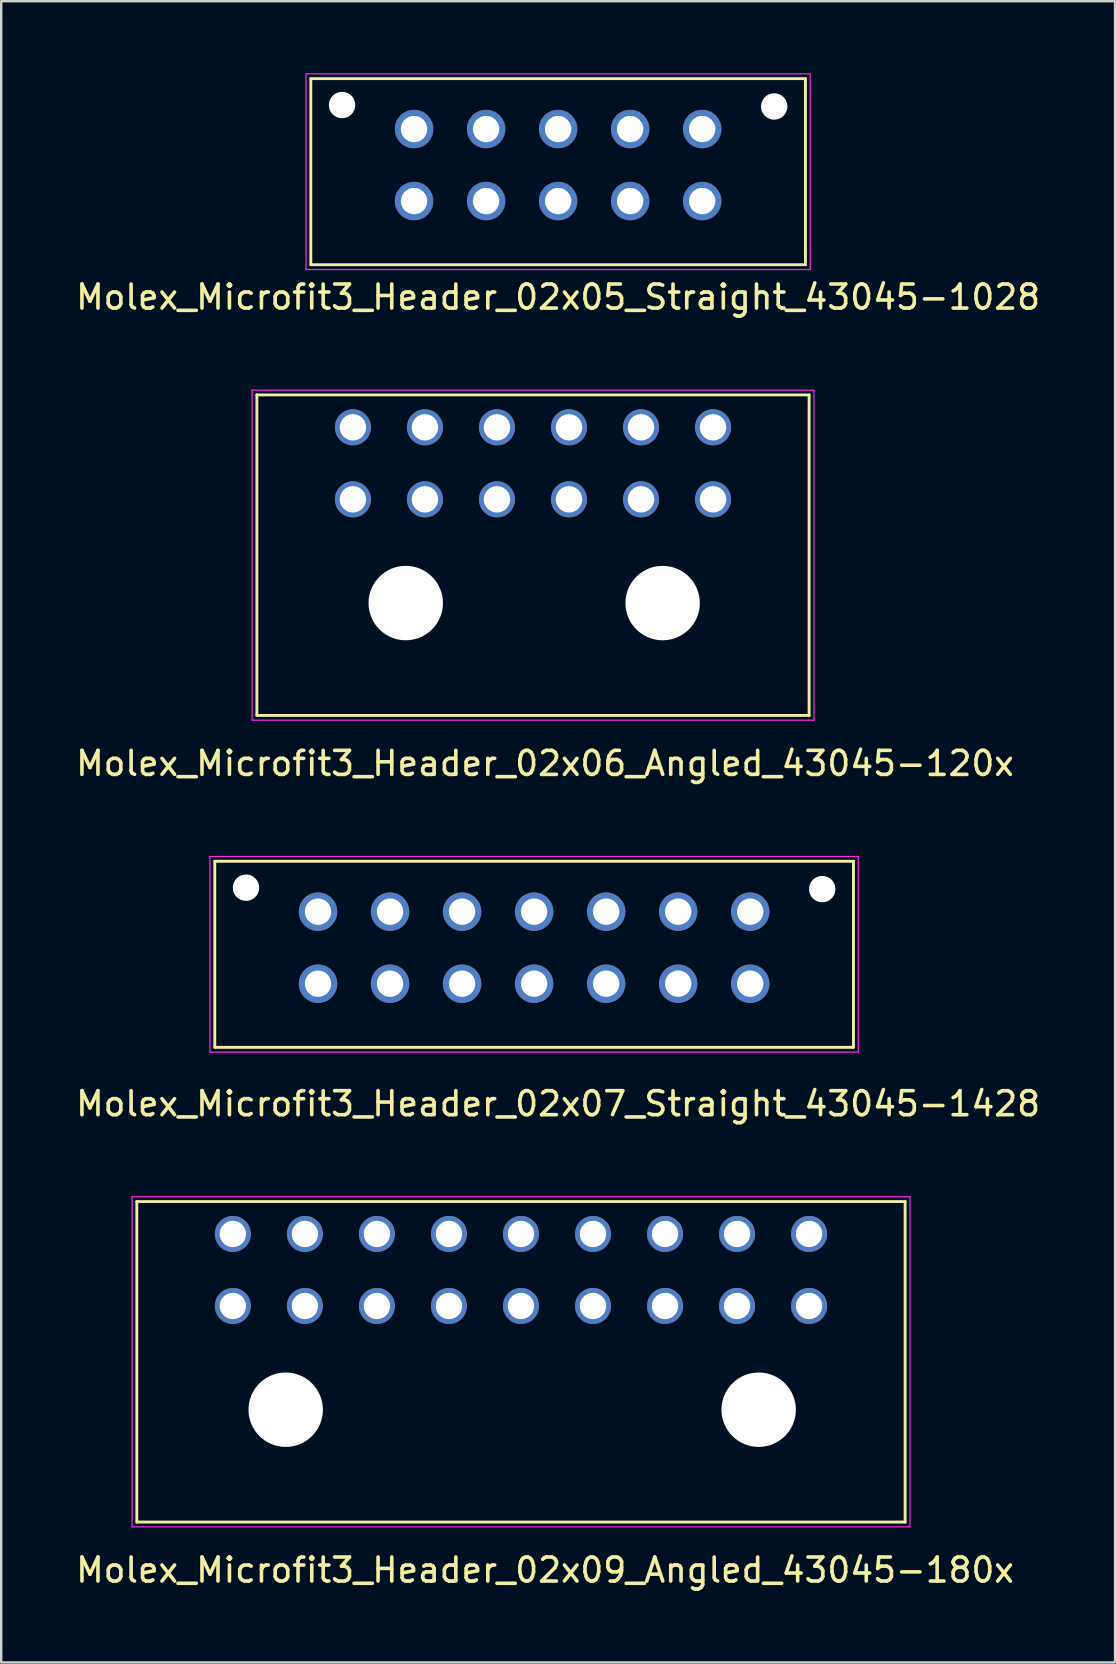
<source format=kicad_pcb>
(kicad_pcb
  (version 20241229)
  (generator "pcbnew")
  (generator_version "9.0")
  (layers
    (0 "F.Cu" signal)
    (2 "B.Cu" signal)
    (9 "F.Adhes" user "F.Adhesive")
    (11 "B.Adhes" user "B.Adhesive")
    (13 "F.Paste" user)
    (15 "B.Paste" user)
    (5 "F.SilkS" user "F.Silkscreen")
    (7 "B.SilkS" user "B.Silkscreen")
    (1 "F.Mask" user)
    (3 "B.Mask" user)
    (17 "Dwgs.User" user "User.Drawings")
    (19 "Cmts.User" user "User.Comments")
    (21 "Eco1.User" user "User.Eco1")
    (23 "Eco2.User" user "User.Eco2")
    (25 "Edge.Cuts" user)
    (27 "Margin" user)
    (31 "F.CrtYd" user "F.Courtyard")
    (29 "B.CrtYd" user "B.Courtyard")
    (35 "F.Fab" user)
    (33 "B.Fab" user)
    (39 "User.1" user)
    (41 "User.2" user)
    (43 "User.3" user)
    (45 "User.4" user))
  (footprint "Molex_Microfit3_Header_02x05_Straight_43045-1028"
    (layer "F.Cu")
    (at 26.196 5.325)
    (property "Reference" "Molex_Microfit3_Header_02x05_Straight_43045-1028" (at -6 4 0) (layer "F.SilkS") (effects (font (size 1 1) (thickness 0.15))))
    (attr through_hole)
    (fp_line (start -16.3 2.65) (end -16.3 -5.1) (stroke (width 0.12) (type solid)) (layer "F.SilkS"))
    (fp_line (start 4.3 -5.1) (end -16.3 -5.1) (stroke (width 0.12) (type solid)) (layer "F.SilkS"))
    (fp_line (start 4.3 2.65) (end -16.3 2.65) (stroke (width 0.12) (type solid)) (layer "F.SilkS"))
    (fp_line (start 4.3 2.65) (end 4.3 -5.1) (stroke (width 0.12) (type solid)) (layer "F.SilkS"))
    (fp_line (start -16.5 2.85) (end -16.5 -5.3) (stroke (width 0.05) (type solid)) (layer "F.CrtYd"))
    (fp_line (start 4.5 -5.3) (end -16.5 -5.3) (stroke (width 0.05) (type solid)) (layer "F.CrtYd"))
    (fp_line (start 4.5 2.85) (end -16.5 2.85) (stroke (width 0.05) (type solid)) (layer "F.CrtYd"))
    (fp_line (start 4.5 2.85) (end 4.5 -5.3) (stroke (width 0.05) (type solid)) (layer "F.CrtYd"))
    (pad "" np_thru_hole circle (at -15 -4) (size 1.1 1.1) (drill 1.1) (layers "*.Cu" "*.Mask"))
    (pad "" np_thru_hole circle (at 3 -3.94) (size 1.1 1.1) (drill 1.1) (layers "*.Cu" "*.Mask"))
    (pad "1" thru_hole circle (at 0 0) (size 1.6 1.6) (drill 1.1) (layers "*.Cu" "*.Mask"))
    (pad "2" thru_hole circle (at -3 0) (size 1.6 1.6) (drill 1.1) (layers "*.Cu" "*.Mask"))
    (pad "3" thru_hole circle (at -6 0) (size 1.6 1.6) (drill 1.1) (layers "*.Cu" "*.Mask"))
    (pad "4" thru_hole circle (at -9 0) (size 1.6 1.6) (drill 1.1) (layers "*.Cu" "*.Mask"))
    (pad "5" thru_hole circle (at -12 0) (size 1.6 1.6) (drill 1.1) (layers "*.Cu" "*.Mask"))
    (pad "6" thru_hole circle (at 0 -3) (size 1.6 1.6) (drill 1.1) (layers "*.Cu" "*.Mask"))
    (pad "7" thru_hole circle (at -3 -3) (size 1.6 1.6) (drill 1.1) (layers "*.Cu" "*.Mask"))
    (pad "8" thru_hole circle (at -6 -3) (size 1.6 1.6) (drill 1.1) (layers "*.Cu" "*.Mask"))
    (pad "9" thru_hole circle (at -9 -3) (size 1.6 1.6) (drill 1.1) (layers "*.Cu" "*.Mask"))
    (pad "10" thru_hole circle (at -12 -3) (size 1.6 1.6) (drill 1.1) (layers "*.Cu" "*.Mask")))
  (footprint "Molex_Microfit3_Header_02x09_Angled_43045-180x"
    (layer "F.Cu")
    (at 30.649 51.345)
    (property "Reference" "Molex_Microfit3_Header_02x09_Angled_43045-180x" (at -11 11 0) (layer "F.SilkS") (effects (font (size 1 1) (thickness 0.15))))
    (attr through_hole)
    (fp_line (start -28 -4.35) (end 4 -4.35) (stroke (width 0.12) (type solid)) (layer "F.SilkS"))
    (fp_line (start -28 9) (end -28 -4.35) (stroke (width 0.12) (type solid)) (layer "F.SilkS"))
    (fp_line (start 4 -4.35) (end 4 9) (stroke (width 0.12) (type solid)) (layer "F.SilkS"))
    (fp_line (start 4 9) (end -28 9) (stroke (width 0.12) (type solid)) (layer "F.SilkS"))
    (fp_line (start -28.2 -4.55) (end -28.2 9.2) (stroke (width 0.05) (type solid)) (layer "F.CrtYd"))
    (fp_line (start -28.2 9.2) (end 4.2 9.2) (stroke (width 0.05) (type solid)) (layer "F.CrtYd"))
    (fp_line (start 4.2 -4.55) (end -28.2 -4.55) (stroke (width 0.05) (type solid)) (layer "F.CrtYd"))
    (fp_line (start 4.2 9.2) (end 4.2 -4.55) (stroke (width 0.05) (type solid)) (layer "F.CrtYd"))
    (pad "" np_thru_hole circle (at -21.8 4.32) (size 3.1 3.1) (drill 3.1) (layers "*.Cu" "*.Mask"))
    (pad "" np_thru_hole circle (at -2.1 4.32) (size 3.1 3.1) (drill 3.1) (layers "*.Cu" "*.Mask"))
    (pad "1" thru_hole circle (at 0 0) (size 1.5 1.5) (drill 1.1) (layers "*.Cu" "*.Mask"))
    (pad "2" thru_hole circle (at -3 0) (size 1.5 1.5) (drill 1.1) (layers "*.Cu" "*.Mask"))
    (pad "3" thru_hole circle (at -6 0) (size 1.5 1.5) (drill 1.1) (layers "*.Cu" "*.Mask"))
    (pad "4" thru_hole circle (at -9 0) (size 1.5 1.5) (drill 1.1) (layers "*.Cu" "*.Mask"))
    (pad "5" thru_hole circle (at -12 0) (size 1.5 1.5) (drill 1.1) (layers "*.Cu" "*.Mask"))
    (pad "6" thru_hole circle (at -15 0) (size 1.5 1.5) (drill 1.1) (layers "*.Cu" "*.Mask"))
    (pad "7" thru_hole circle (at -18 0) (size 1.5 1.5) (drill 1.1) (layers "*.Cu" "*.Mask"))
    (pad "8" thru_hole circle (at -21 0) (size 1.5 1.5) (drill 1.1) (layers "*.Cu" "*.Mask"))
    (pad "9" thru_hole circle (at -24 0) (size 1.5 1.5) (drill 1.1) (layers "*.Cu" "*.Mask"))
    (pad "10" thru_hole circle (at 0 -3) (size 1.5 1.5) (drill 1.1) (layers "*.Cu" "*.Mask"))
    (pad "11" thru_hole circle (at -3 -3) (size 1.5 1.5) (drill 1.1) (layers "*.Cu" "*.Mask"))
    (pad "12" thru_hole circle (at -6 -3) (size 1.5 1.5) (drill 1.1) (layers "*.Cu" "*.Mask"))
    (pad "13" thru_hole circle (at -9 -3) (size 1.5 1.5) (drill 1.1) (layers "*.Cu" "*.Mask"))
    (pad "14" thru_hole circle (at -12 -3) (size 1.5 1.5) (drill 1.1) (layers "*.Cu" "*.Mask"))
    (pad "15" thru_hole circle (at -15 -3) (size 1.5 1.5) (drill 1.1) (layers "*.Cu" "*.Mask"))
    (pad "16" thru_hole circle (at -18 -3) (size 1.5 1.5) (drill 1.1) (layers "*.Cu" "*.Mask"))
    (pad "17" thru_hole circle (at -21 -3) (size 1.5 1.5) (drill 1.1) (layers "*.Cu" "*.Mask"))
    (pad "18" thru_hole circle (at -24 -3) (size 1.5 1.5) (drill 1.1) (layers "*.Cu" "*.Mask")))
  (footprint "Molex_Microfit3_Header_02x07_Straight_43045-1428"
    (layer "F.Cu")
    (at 28.196 37.922)
    (property "Reference" "Molex_Microfit3_Header_02x07_Straight_43045-1428" (at -8 5 0) (layer "F.SilkS") (effects (font (size 1 1) (thickness 0.15))))
    (attr through_hole)
    (fp_line (start -22.3 2.65) (end -22.3 -5.1) (stroke (width 0.12) (type solid)) (layer "F.SilkS"))
    (fp_line (start 4.3 -5.1) (end -22.3 -5.1) (stroke (width 0.12) (type solid)) (layer "F.SilkS"))
    (fp_line (start 4.3 2.65) (end -22.3 2.65) (stroke (width 0.12) (type solid)) (layer "F.SilkS"))
    (fp_line (start 4.3 2.65) (end 4.3 -5.1) (stroke (width 0.12) (type solid)) (layer "F.SilkS"))
    (fp_line (start -22.5 2.85) (end -22.5 -5.3) (stroke (width 0.05) (type solid)) (layer "F.CrtYd"))
    (fp_line (start 4.5 -5.3) (end -22.5 -5.3) (stroke (width 0.05) (type solid)) (layer "F.CrtYd"))
    (fp_line (start 4.5 2.85) (end -22.5 2.85) (stroke (width 0.05) (type solid)) (layer "F.CrtYd"))
    (fp_line (start 4.5 2.85) (end 4.5 -5.3) (stroke (width 0.05) (type solid)) (layer "F.CrtYd"))
    (pad "" np_thru_hole circle (at -21 -4) (size 1.1 1.1) (drill 1.1) (layers "*.Cu" "*.Mask"))
    (pad "" np_thru_hole circle (at 3 -3.94) (size 1.1 1.1) (drill 1.1) (layers "*.Cu" "*.Mask"))
    (pad "1" thru_hole circle (at 0 0) (size 1.6 1.6) (drill 1.1) (layers "*.Cu" "*.Mask"))
    (pad "2" thru_hole circle (at -3 0) (size 1.6 1.6) (drill 1.1) (layers "*.Cu" "*.Mask"))
    (pad "3" thru_hole circle (at -6 0) (size 1.6 1.6) (drill 1.1) (layers "*.Cu" "*.Mask"))
    (pad "4" thru_hole circle (at -9 0) (size 1.6 1.6) (drill 1.1) (layers "*.Cu" "*.Mask"))
    (pad "5" thru_hole circle (at -12 0) (size 1.6 1.6) (drill 1.1) (layers "*.Cu" "*.Mask"))
    (pad "6" thru_hole circle (at -15 0) (size 1.6 1.6) (drill 1.1) (layers "*.Cu" "*.Mask"))
    (pad "7" thru_hole circle (at -18 0) (size 1.6 1.6) (drill 1.1) (layers "*.Cu" "*.Mask"))
    (pad "8" thru_hole circle (at 0 -3) (size 1.6 1.6) (drill 1.1) (layers "*.Cu" "*.Mask"))
    (pad "9" thru_hole circle (at -3 -3) (size 1.6 1.6) (drill 1.1) (layers "*.Cu" "*.Mask"))
    (pad "10" thru_hole circle (at -6 -3) (size 1.6 1.6) (drill 1.1) (layers "*.Cu" "*.Mask"))
    (pad "11" thru_hole circle (at -9 -3) (size 1.6 1.6) (drill 1.1) (layers "*.Cu" "*.Mask"))
    (pad "12" thru_hole circle (at -12 -3) (size 1.6 1.6) (drill 1.1) (layers "*.Cu" "*.Mask"))
    (pad "13" thru_hole circle (at -15 -3) (size 1.6 1.6) (drill 1.1) (layers "*.Cu" "*.Mask"))
    (pad "14" thru_hole circle (at -18 -3) (size 1.6 1.6) (drill 1.1) (layers "*.Cu" "*.Mask")))
  (footprint "Molex_Microfit3_Header_02x06_Angled_43045-120x"
    (layer "F.Cu")
    (at 26.649 17.748)
    (property "Reference" "Molex_Microfit3_Header_02x06_Angled_43045-120x" (at -7 11 0) (layer "F.SilkS") (effects (font (size 1 1) (thickness 0.15))))
    (attr through_hole)
    (fp_line (start -19 -4.35) (end 4 -4.35) (stroke (width 0.12) (type solid)) (layer "F.SilkS"))
    (fp_line (start -19 9) (end -19 -4.35) (stroke (width 0.12) (type solid)) (layer "F.SilkS"))
    (fp_line (start 4 -4.35) (end 4 9) (stroke (width 0.12) (type solid)) (layer "F.SilkS"))
    (fp_line (start 4 9) (end -19 9) (stroke (width 0.12) (type solid)) (layer "F.SilkS"))
    (fp_line (start -19.2 -4.55) (end -19.2 9.2) (stroke (width 0.05) (type solid)) (layer "F.CrtYd"))
    (fp_line (start -19.2 9.2) (end 4.2 9.2) (stroke (width 0.05) (type solid)) (layer "F.CrtYd"))
    (fp_line (start 4.2 -4.55) (end -19.2 -4.55) (stroke (width 0.05) (type solid)) (layer "F.CrtYd"))
    (fp_line (start 4.2 9.2) (end 4.2 -4.55) (stroke (width 0.05) (type solid)) (layer "F.CrtYd"))
    (pad "" np_thru_hole circle (at -12.8 4.32) (size 3.1 3.1) (drill 3.1) (layers "*.Cu" "*.Mask"))
    (pad "" np_thru_hole circle (at -2.1 4.32) (size 3.1 3.1) (drill 3.1) (layers "*.Cu" "*.Mask"))
    (pad "1" thru_hole circle (at 0 0) (size 1.5 1.5) (drill 1.1) (layers "*.Cu" "*.Mask"))
    (pad "2" thru_hole circle (at -3 0) (size 1.5 1.5) (drill 1.1) (layers "*.Cu" "*.Mask"))
    (pad "3" thru_hole circle (at -6 0) (size 1.5 1.5) (drill 1.1) (layers "*.Cu" "*.Mask"))
    (pad "4" thru_hole circle (at -9 0) (size 1.5 1.5) (drill 1.1) (layers "*.Cu" "*.Mask"))
    (pad "5" thru_hole circle (at -12 0) (size 1.5 1.5) (drill 1.1) (layers "*.Cu" "*.Mask"))
    (pad "6" thru_hole circle (at -15 0) (size 1.5 1.5) (drill 1.1) (layers "*.Cu" "*.Mask"))
    (pad "7" thru_hole circle (at 0 -3) (size 1.5 1.5) (drill 1.1) (layers "*.Cu" "*.Mask"))
    (pad "8" thru_hole circle (at -3 -3) (size 1.5 1.5) (drill 1.1) (layers "*.Cu" "*.Mask"))
    (pad "9" thru_hole circle (at -6 -3) (size 1.5 1.5) (drill 1.1) (layers "*.Cu" "*.Mask"))
    (pad "10" thru_hole circle (at -9 -3) (size 1.5 1.5) (drill 1.1) (layers "*.Cu" "*.Mask"))
    (pad "11" thru_hole circle (at -12 -3) (size 1.5 1.5) (drill 1.1) (layers "*.Cu" "*.Mask"))
    (pad "12" thru_hole circle (at -15 -3) (size 1.5 1.5) (drill 1.1) (layers "*.Cu" "*.Mask")))
  (gr_rect
    (start -3 -3)
    (end 43.393 66.193)
    (stroke (width 0.1) (type default))
    (fill no)
    (layer "Edge.Cuts")))
</source>
